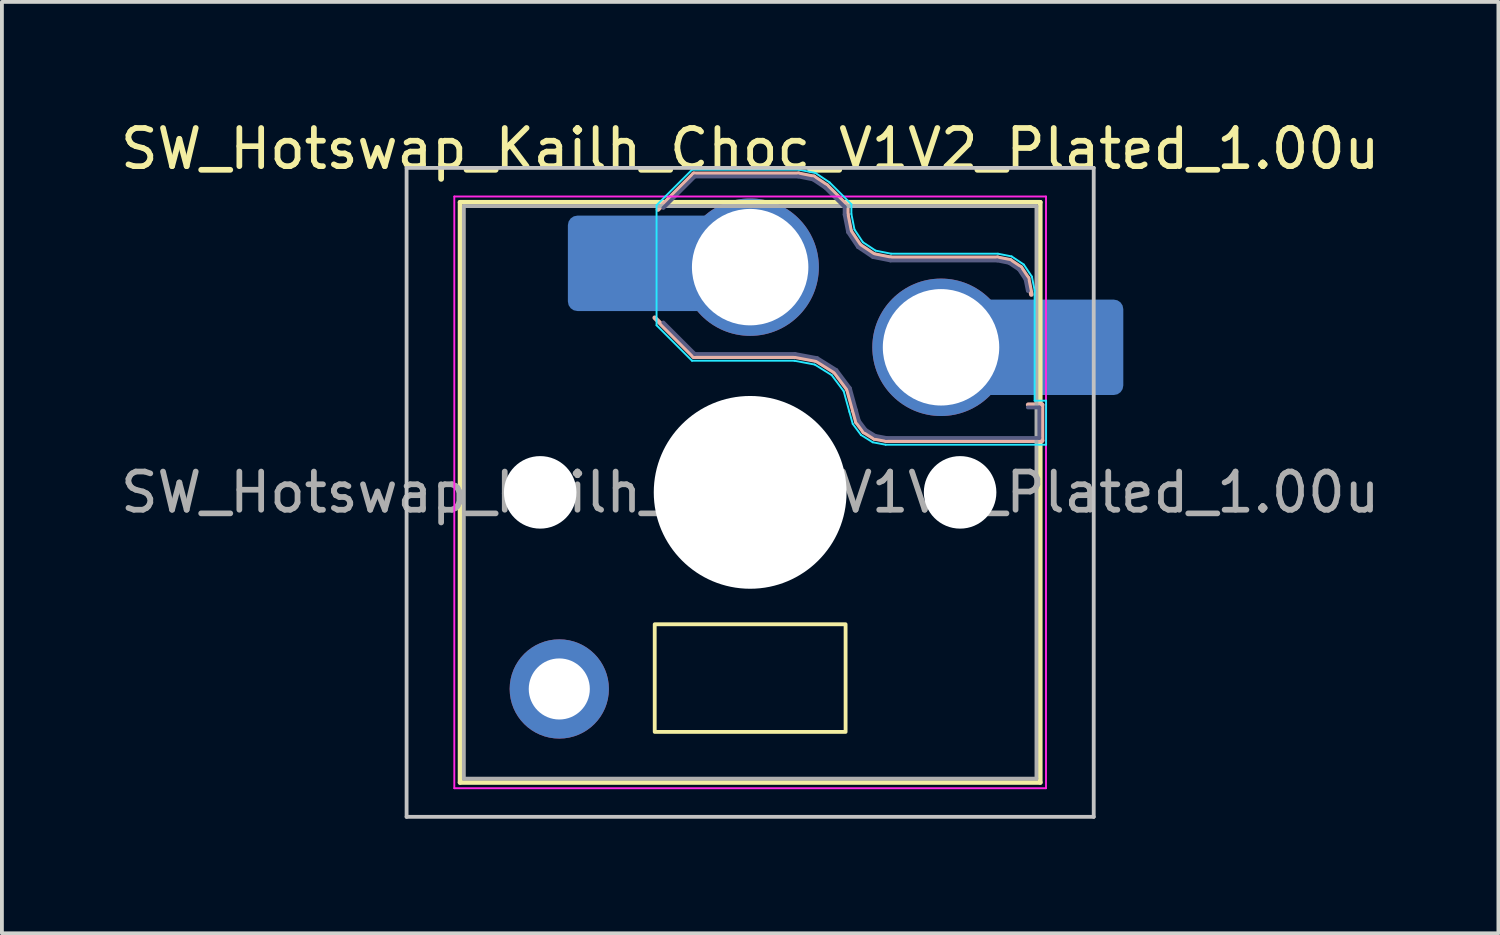
<source format=kicad_pcb>
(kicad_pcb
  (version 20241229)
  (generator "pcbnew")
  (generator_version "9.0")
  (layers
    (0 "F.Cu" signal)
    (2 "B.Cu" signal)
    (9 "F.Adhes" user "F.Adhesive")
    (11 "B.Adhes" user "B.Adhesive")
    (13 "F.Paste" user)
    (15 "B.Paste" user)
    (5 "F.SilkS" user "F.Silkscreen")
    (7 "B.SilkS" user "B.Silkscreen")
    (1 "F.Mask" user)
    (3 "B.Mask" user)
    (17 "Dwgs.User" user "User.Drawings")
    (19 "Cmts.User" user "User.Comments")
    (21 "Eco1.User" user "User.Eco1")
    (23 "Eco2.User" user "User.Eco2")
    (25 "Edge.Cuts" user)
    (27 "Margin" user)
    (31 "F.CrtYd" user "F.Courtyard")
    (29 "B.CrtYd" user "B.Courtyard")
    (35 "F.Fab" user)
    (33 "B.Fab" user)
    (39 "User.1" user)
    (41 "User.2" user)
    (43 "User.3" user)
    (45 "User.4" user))
  (footprint "SW_Hotswap_Kailh_Choc_V1V2_Plated_1.00u"
    (layer "F.Cu")
    (at 16.601 9.848)
    (property "Reference" "SW_Hotswap_Kailh_Choc_V1V2_Plated_1.00u" (at 0 -9 0) (layer "F.SilkS") (effects (font (size 1 1) (thickness 0.15))))
    (attr smd)
    (fp_line (start -7.6 -7.6) (end -7.6 7.6) (stroke (width 0.12) (type solid)) (layer "F.SilkS"))
    (fp_line (start -7.6 7.6) (end 7.6 7.6) (stroke (width 0.12) (type solid)) (layer "F.SilkS"))
    (fp_line (start 7.6 -7.6) (end -7.6 -7.6) (stroke (width 0.12) (type solid)) (layer "F.SilkS"))
    (fp_line (start 7.6 7.6) (end 7.6 -7.6) (stroke (width 0.12) (type solid)) (layer "F.SilkS"))
    (fp_rect (start -2.5 3.455) (end 2.5 6.275) (stroke (width 0.1) (type default)) (fill no) (layer "F.SilkS"))
    (fp_line (start -2.416 -7.409) (end -1.479 -8.346) (stroke (width 0.12) (type solid)) (layer "B.SilkS"))
    (fp_line (start -1.479 -8.346) (end 1.268 -8.346) (stroke (width 0.12) (type solid)) (layer "B.SilkS"))
    (fp_line (start -1.479 -3.554) (end -2.5 -4.575) (stroke (width 0.12) (type solid)) (layer "B.SilkS"))
    (fp_line (start 1.168 -3.554) (end -1.479 -3.554) (stroke (width 0.12) (type solid)) (layer "B.SilkS"))
    (fp_line (start 1.268 -8.346) (end 1.671 -8.266) (stroke (width 0.12) (type solid)) (layer "B.SilkS"))
    (fp_line (start 1.671 -8.266) (end 2.013 -8.037) (stroke (width 0.12) (type solid)) (layer "B.SilkS"))
    (fp_line (start 1.73 -3.449) (end 1.168 -3.554) (stroke (width 0.12) (type solid)) (layer "B.SilkS"))
    (fp_line (start 2.013 -8.037) (end 2.546 -7.504) (stroke (width 0.12) (type solid)) (layer "B.SilkS"))
    (fp_line (start 2.209 -3.15) (end 1.73 -3.449) (stroke (width 0.12) (type solid)) (layer "B.SilkS"))
    (fp_line (start 2.546 -7.504) (end 2.546 -7.282) (stroke (width 0.12) (type solid)) (layer "B.SilkS"))
    (fp_line (start 2.546 -7.282) (end 2.633 -6.844) (stroke (width 0.12) (type solid)) (layer "B.SilkS"))
    (fp_line (start 2.547 -2.697) (end 2.209 -3.15) (stroke (width 0.12) (type solid)) (layer "B.SilkS"))
    (fp_line (start 2.633 -6.844) (end 2.877 -6.477) (stroke (width 0.12) (type solid)) (layer "B.SilkS"))
    (fp_line (start 2.701 -2.139) (end 2.547 -2.697) (stroke (width 0.12) (type solid)) (layer "B.SilkS"))
    (fp_line (start 2.783 -1.841) (end 2.701 -2.139) (stroke (width 0.12) (type solid)) (layer "B.SilkS"))
    (fp_line (start 2.877 -6.477) (end 3.244 -6.233) (stroke (width 0.12) (type solid)) (layer "B.SilkS"))
    (fp_line (start 2.976 -1.583) (end 2.783 -1.841) (stroke (width 0.12) (type solid)) (layer "B.SilkS"))
    (fp_line (start 3.244 -6.233) (end 3.682 -6.146) (stroke (width 0.12) (type solid)) (layer "B.SilkS"))
    (fp_line (start 3.25 -1.413) (end 2.976 -1.583) (stroke (width 0.12) (type solid)) (layer "B.SilkS"))
    (fp_line (start 3.56 -1.354) (end 3.25 -1.413) (stroke (width 0.12) (type solid)) (layer "B.SilkS"))
    (fp_line (start 3.682 -6.146) (end 6.482 -6.146) (stroke (width 0.12) (type solid)) (layer "B.SilkS"))
    (fp_line (start 6.482 -6.146) (end 6.809 -6.081) (stroke (width 0.12) (type solid)) (layer "B.SilkS"))
    (fp_line (start 6.809 -6.081) (end 7.092 -5.892) (stroke (width 0.12) (type solid)) (layer "B.SilkS"))
    (fp_line (start 7.092 -5.892) (end 7.281 -5.609) (stroke (width 0.12) (type solid)) (layer "B.SilkS"))
    (fp_line (start 7.281 -5.609) (end 7.366 -5.182) (stroke (width 0.12) (type solid)) (layer "B.SilkS"))
    (fp_line (start 7.283 -2.296) (end 7.646 -2.296) (stroke (width 0.12) (type solid)) (layer "B.SilkS"))
    (fp_line (start 7.646 -2.296) (end 7.646 -1.354) (stroke (width 0.12) (type solid)) (layer "B.SilkS"))
    (fp_line (start 7.646 -1.354) (end 3.56 -1.354) (stroke (width 0.12) (type solid)) (layer "B.SilkS"))
    (fp_line (start -9 -8.5) (end -9 8.5) (stroke (width 0.1) (type solid)) (layer "Dwgs.User"))
    (fp_line (start -9 8.5) (end 9 8.5) (stroke (width 0.1) (type solid)) (layer "Dwgs.User"))
    (fp_line (start 9 -8.5) (end -9 -8.5) (stroke (width 0.1) (type solid)) (layer "Dwgs.User"))
    (fp_line (start 9 8.5) (end 9 -8.5) (stroke (width 0.1) (type solid)) (layer "Dwgs.User"))
    (fp_line (start -7.25 -7.25) (end -7.25 7.25) (stroke (width 0.1) (type solid)) (layer "Eco1.User"))
    (fp_line (start -7.25 7.25) (end 7.25 7.25) (stroke (width 0.1) (type solid)) (layer "Eco1.User"))
    (fp_line (start 7.25 -7.25) (end -7.25 -7.25) (stroke (width 0.1) (type solid)) (layer "Eco1.User"))
    (fp_line (start 7.25 7.25) (end 7.25 -7.25) (stroke (width 0.1) (type solid)) (layer "Eco1.User"))
    (fp_line (start -2.452 -7.523) (end -1.523 -8.452) (stroke (width 0.05) (type solid)) (layer "B.CrtYd"))
    (fp_line (start -2.452 -4.377) (end -2.452 -7.523) (stroke (width 0.05) (type solid)) (layer "B.CrtYd"))
    (fp_line (start -1.523 -8.452) (end 1.278 -8.452) (stroke (width 0.05) (type solid)) (layer "B.CrtYd"))
    (fp_line (start -1.523 -3.448) (end -2.452 -4.377) (stroke (width 0.05) (type solid)) (layer "B.CrtYd"))
    (fp_line (start 1.159 -3.448) (end -1.523 -3.448) (stroke (width 0.05) (type solid)) (layer "B.CrtYd"))
    (fp_line (start 1.278 -8.452) (end 1.712 -8.366) (stroke (width 0.05) (type solid)) (layer "B.CrtYd"))
    (fp_line (start 1.691 -3.348) (end 1.159 -3.448) (stroke (width 0.05) (type solid)) (layer "B.CrtYd"))
    (fp_line (start 1.712 -8.366) (end 2.081 -8.119) (stroke (width 0.05) (type solid)) (layer "B.CrtYd"))
    (fp_line (start 2.081 -8.119) (end 2.652 -7.548) (stroke (width 0.05) (type solid)) (layer "B.CrtYd"))
    (fp_line (start 2.136 -3.071) (end 1.691 -3.348) (stroke (width 0.05) (type solid)) (layer "B.CrtYd"))
    (fp_line (start 2.45 -2.65) (end 2.136 -3.071) (stroke (width 0.05) (type solid)) (layer "B.CrtYd"))
    (fp_line (start 2.599 -2.111) (end 2.45 -2.65) (stroke (width 0.05) (type solid)) (layer "B.CrtYd"))
    (fp_line (start 2.652 -7.548) (end 2.652 -7.292) (stroke (width 0.05) (type solid)) (layer "B.CrtYd"))
    (fp_line (start 2.652 -7.292) (end 2.733 -6.885) (stroke (width 0.05) (type solid)) (layer "B.CrtYd"))
    (fp_line (start 2.687 -1.794) (end 2.599 -2.111) (stroke (width 0.05) (type solid)) (layer "B.CrtYd"))
    (fp_line (start 2.733 -6.885) (end 2.953 -6.553) (stroke (width 0.05) (type solid)) (layer "B.CrtYd"))
    (fp_line (start 2.903 -1.503) (end 2.687 -1.794) (stroke (width 0.05) (type solid)) (layer "B.CrtYd"))
    (fp_line (start 2.953 -6.553) (end 3.285 -6.333) (stroke (width 0.05) (type solid)) (layer "B.CrtYd"))
    (fp_line (start 3.211 -1.312) (end 2.903 -1.503) (stroke (width 0.05) (type solid)) (layer "B.CrtYd"))
    (fp_line (start 3.285 -6.333) (end 3.692 -6.252) (stroke (width 0.05) (type solid)) (layer "B.CrtYd"))
    (fp_line (start 3.55 -1.248) (end 3.211 -1.312) (stroke (width 0.05) (type solid)) (layer "B.CrtYd"))
    (fp_line (start 3.692 -6.252) (end 6.492 -6.252) (stroke (width 0.05) (type solid)) (layer "B.CrtYd"))
    (fp_line (start 6.492 -6.252) (end 6.85 -6.181) (stroke (width 0.05) (type solid)) (layer "B.CrtYd"))
    (fp_line (start 6.85 -6.181) (end 7.168 -5.968) (stroke (width 0.05) (type solid)) (layer "B.CrtYd"))
    (fp_line (start 7.168 -5.968) (end 7.381 -5.65) (stroke (width 0.05) (type solid)) (layer "B.CrtYd"))
    (fp_line (start 7.381 -5.65) (end 7.452 -5.292) (stroke (width 0.05) (type solid)) (layer "B.CrtYd"))
    (fp_line (start 7.452 -5.292) (end 7.452 -2.402) (stroke (width 0.05) (type solid)) (layer "B.CrtYd"))
    (fp_line (start 7.452 -2.402) (end 7.752 -2.402) (stroke (width 0.05) (type solid)) (layer "B.CrtYd"))
    (fp_line (start 7.752 -2.402) (end 7.752 -1.248) (stroke (width 0.05) (type solid)) (layer "B.CrtYd"))
    (fp_line (start 7.752 -1.248) (end 3.55 -1.248) (stroke (width 0.05) (type solid)) (layer "B.CrtYd"))
    (fp_line (start -7.75 -7.75) (end -7.75 7.75) (stroke (width 0.05) (type solid)) (layer "F.CrtYd"))
    (fp_line (start -7.75 7.75) (end 7.75 7.75) (stroke (width 0.05) (type solid)) (layer "F.CrtYd"))
    (fp_line (start 7.75 -7.75) (end -7.75 -7.75) (stroke (width 0.05) (type solid)) (layer "F.CrtYd"))
    (fp_line (start 7.75 7.75) (end 7.75 -7.75) (stroke (width 0.05) (type solid)) (layer "F.CrtYd"))
    (fp_line (start -2.275 -7.45) (end -1.45 -8.275) (stroke (width 0.1) (type solid)) (layer "B.Fab"))
    (fp_line (start -1.45 -8.275) (end 1.261 -8.275) (stroke (width 0.1) (type solid)) (layer "B.Fab"))
    (fp_line (start -1.45 -3.625) (end -2.275 -4.45) (stroke (width 0.1) (type solid)) (layer "B.Fab"))
    (fp_line (start 1.175 -3.625) (end -1.45 -3.625) (stroke (width 0.1) (type solid)) (layer "B.Fab"))
    (fp_line (start 1.261 -8.275) (end 1.643 -8.199) (stroke (width 0.1) (type solid)) (layer "B.Fab"))
    (fp_line (start 1.643 -8.199) (end 1.968 -7.982) (stroke (width 0.1) (type solid)) (layer "B.Fab"))
    (fp_line (start 1.756 -3.516) (end 1.175 -3.625) (stroke (width 0.1) (type solid)) (layer "B.Fab"))
    (fp_line (start 1.968 -7.982) (end 2.475 -7.475) (stroke (width 0.1) (type solid)) (layer "B.Fab"))
    (fp_line (start 2.258 -3.203) (end 1.756 -3.516) (stroke (width 0.1) (type solid)) (layer "B.Fab"))
    (fp_line (start 2.475 -7.475) (end 2.475 -7.275) (stroke (width 0.1) (type solid)) (layer "B.Fab"))
    (fp_line (start 2.475 -7.275) (end 2.566 -6.816) (stroke (width 0.1) (type solid)) (layer "B.Fab"))
    (fp_line (start 2.566 -6.816) (end 2.826 -6.426) (stroke (width 0.1) (type solid)) (layer "B.Fab"))
    (fp_line (start 2.612 -2.729) (end 2.258 -3.203) (stroke (width 0.1) (type solid)) (layer "B.Fab"))
    (fp_line (start 2.769 -2.158) (end 2.612 -2.729) (stroke (width 0.1) (type solid)) (layer "B.Fab"))
    (fp_line (start 2.826 -6.426) (end 3.216 -6.166) (stroke (width 0.1) (type solid)) (layer "B.Fab"))
    (fp_line (start 2.848 -1.873) (end 2.769 -2.158) (stroke (width 0.1) (type solid)) (layer "B.Fab"))
    (fp_line (start 3.025 -1.636) (end 2.848 -1.873) (stroke (width 0.1) (type solid)) (layer "B.Fab"))
    (fp_line (start 3.216 -6.166) (end 3.675 -6.075) (stroke (width 0.1) (type solid)) (layer "B.Fab"))
    (fp_line (start 3.276 -1.48) (end 3.025 -1.636) (stroke (width 0.1) (type solid)) (layer "B.Fab"))
    (fp_line (start 3.567 -1.425) (end 3.276 -1.48) (stroke (width 0.1) (type solid)) (layer "B.Fab"))
    (fp_line (start 3.675 -6.075) (end 6.475 -6.075) (stroke (width 0.1) (type solid)) (layer "B.Fab"))
    (fp_line (start 6.475 -6.075) (end 6.781 -6.014) (stroke (width 0.1) (type solid)) (layer "B.Fab"))
    (fp_line (start 6.781 -6.014) (end 7.041 -5.841) (stroke (width 0.1) (type solid)) (layer "B.Fab"))
    (fp_line (start 7.041 -5.841) (end 7.214 -5.581) (stroke (width 0.1) (type solid)) (layer "B.Fab"))
    (fp_line (start 7.214 -5.581) (end 7.275 -5.275) (stroke (width 0.1) (type solid)) (layer "B.Fab"))
    (fp_line (start 7.275 -2.225) (end 7.575 -2.225) (stroke (width 0.1) (type solid)) (layer "B.Fab"))
    (fp_line (start 7.575 -2.225) (end 7.575 -1.425) (stroke (width 0.1) (type solid)) (layer "B.Fab"))
    (fp_line (start 7.575 -1.425) (end 3.567 -1.425) (stroke (width 0.1) (type solid)) (layer "B.Fab"))
    (fp_line (start -7.5 -7.5) (end -7.5 7.5) (stroke (width 0.1) (type solid)) (layer "F.Fab"))
    (fp_line (start -7.5 7.5) (end 7.5 7.5) (stroke (width 0.1) (type solid)) (layer "F.Fab"))
    (fp_line (start 7.5 -7.5) (end -7.5 -7.5) (stroke (width 0.1) (type solid)) (layer "F.Fab"))
    (fp_line (start 7.5 7.5) (end 7.5 -7.5) (stroke (width 0.1) (type solid)) (layer "F.Fab"))
    (fp_text user "${REFERENCE}" (at 0 0 0) (layer "F.Fab") (effects (font (size 1 1) (thickness 0.15))))
    (pad "" np_thru_hole circle (at -5.5 0) (size 1.9 1.9) (drill 1.9) (layers "*.Cu" "*.Mask"))
    (pad "" thru_hole circle (at -5 5.15) (size 2.6 2.6) (drill 1.6) (layers "*.Cu" "*.Mask"))
    (pad "" smd roundrect (at -3.5 -6) (size 2.55 2.5) (layers "B.Mask" "B.Paste") (roundrect_rratio 0.1))
    (pad "" np_thru_hole circle (at 0 0) (size 5.05 5.05) (drill 5.05) (layers "*.Cu" "*.Mask"))
    (pad "" np_thru_hole circle (at 5.5 0) (size 1.9 1.9) (drill 1.9) (layers "*.Cu" "*.Mask"))
    (pad "" smd roundrect (at 8.5 -3.8) (size 2.55 2.5) (layers "B.Mask" "B.Paste") (roundrect_rratio 0.1))
    (pad "1" smd roundrect (at -2.85 -6) (size 3.85 2.5) (layers "B.Cu") (roundrect_rratio 0.1))
    (pad "1" thru_hole circle (at 0 -5.9) (size 3.6 3.6) (drill 3.05) (layers "*.Cu" "*.Mask"))
    (pad "2" thru_hole circle (at 5 -3.8) (size 3.6 3.6) (drill 3.05) (layers "*.Cu" "*.Mask"))
    (pad "2" smd roundrect (at 7.85 -3.8) (size 3.85 2.5) (layers "B.Cu") (roundrect_rratio 0.1)))
  (gr_rect
    (start -3 -3)
    (end 36.202 21.398)
    (stroke (width 0.1) (type default))
    (fill no)
    (layer "Edge.Cuts")))
</source>
